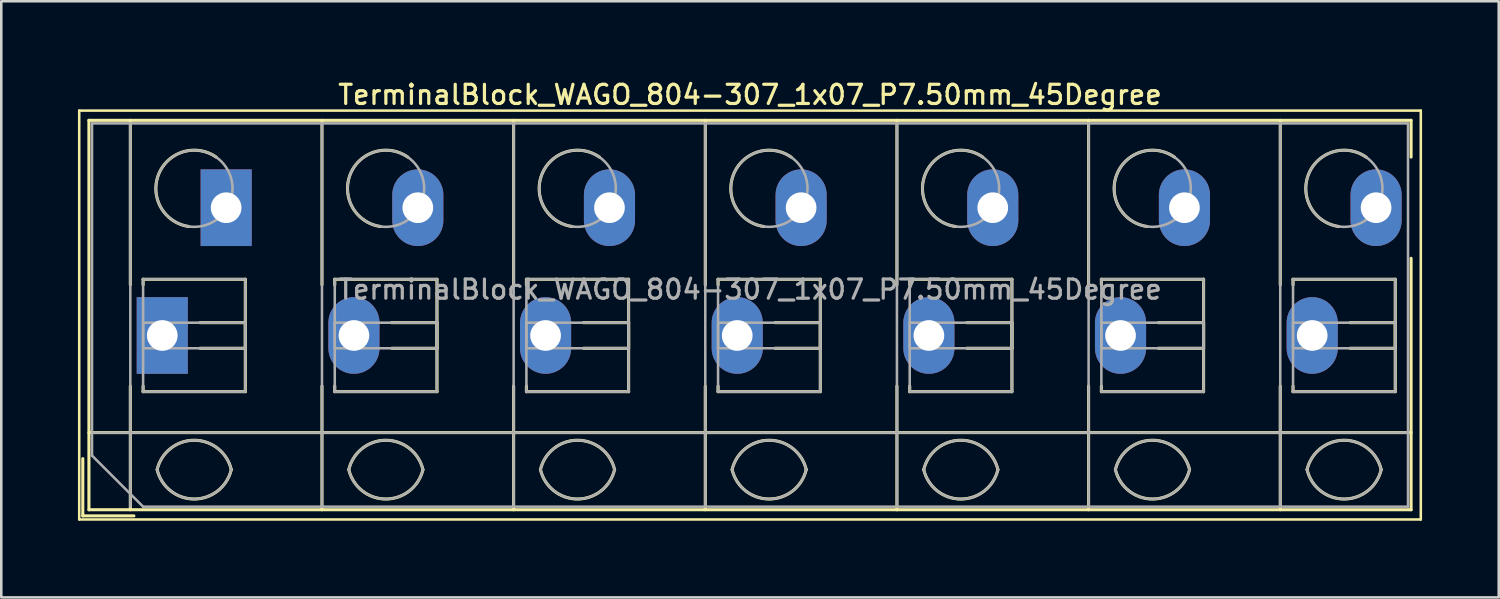
<source format=kicad_pcb>
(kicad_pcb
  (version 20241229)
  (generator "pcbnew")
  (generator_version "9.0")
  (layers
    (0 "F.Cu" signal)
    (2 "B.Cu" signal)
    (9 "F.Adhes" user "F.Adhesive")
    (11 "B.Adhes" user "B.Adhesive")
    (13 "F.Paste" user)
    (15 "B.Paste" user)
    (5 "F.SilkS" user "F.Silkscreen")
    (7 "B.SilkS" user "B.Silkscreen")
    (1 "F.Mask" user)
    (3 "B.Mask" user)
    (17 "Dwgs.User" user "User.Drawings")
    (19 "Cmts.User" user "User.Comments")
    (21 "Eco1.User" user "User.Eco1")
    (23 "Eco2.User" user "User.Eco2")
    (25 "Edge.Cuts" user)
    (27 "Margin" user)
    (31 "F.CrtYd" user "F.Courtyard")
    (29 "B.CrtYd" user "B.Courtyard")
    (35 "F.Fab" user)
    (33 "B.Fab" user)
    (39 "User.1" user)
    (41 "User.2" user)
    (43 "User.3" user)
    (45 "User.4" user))
  (footprint "TerminalBlock_WAGO_804-307_1x07_P7.50mm_45Degree"
    (layer "F.Cu")
    (at 3.3 10.078)
    (property "Reference" "TerminalBlock_WAGO_804-307_1x07_P7.50mm_45Degree" (at 23 -9.42 0) (layer "F.SilkS") (effects (font (size 0.75 0.75) (thickness 0.125))))
    (attr through_hole)
    (fp_line (start -3.25 -8.8) (end -3.25 7.2) (stroke (width 0.1) (type solid)) (layer "F.SilkS"))
    (fp_line (start -3.25 7.2) (end 49.25 7.2) (stroke (width 0.1) (type solid)) (layer "F.SilkS"))
    (fp_line (start -3.11 4.82) (end -3.11 7.06) (stroke (width 0.12) (type solid)) (layer "F.SilkS"))
    (fp_line (start -3.11 7.06) (end -1.11 7.06) (stroke (width 0.12) (type solid)) (layer "F.SilkS"))
    (fp_line (start -2.87 -8.42) (end -2.87 6.82) (stroke (width 0.12) (type solid)) (layer "F.SilkS"))
    (fp_line (start -2.87 -8.42) (end 48.87 -8.42) (stroke (width 0.12) (type solid)) (layer "F.SilkS"))
    (fp_line (start -2.87 3.8) (end 48.87 3.8) (stroke (width 0.12) (type solid)) (layer "F.SilkS"))
    (fp_line (start -2.87 6.82) (end 48.87 6.82) (stroke (width 0.12) (type solid)) (layer "F.SilkS"))
    (fp_line (start -1.25 -8.42) (end -1.25 -1.98) (stroke (width 0.12) (type solid)) (layer "F.SilkS"))
    (fp_line (start -1.25 1.98) (end -1.25 6.82) (stroke (width 0.12) (type solid)) (layer "F.SilkS"))
    (fp_line (start -0.75 -2.2) (end -0.75 -1.98) (stroke (width 0.12) (type solid)) (layer "F.SilkS"))
    (fp_line (start -0.75 -2.2) (end 3.25 -2.2) (stroke (width 0.12) (type solid)) (layer "F.SilkS"))
    (fp_line (start -0.75 1.98) (end -0.75 2.2) (stroke (width 0.12) (type solid)) (layer "F.SilkS"))
    (fp_line (start -0.75 2.2) (end 3.25 2.2) (stroke (width 0.12) (type solid)) (layer "F.SilkS"))
    (fp_line (start 1.48 -0.5) (end 3.25 -0.5) (stroke (width 0.12) (type solid)) (layer "F.SilkS"))
    (fp_line (start 1.48 0.5) (end 3.25 0.5) (stroke (width 0.12) (type solid)) (layer "F.SilkS"))
    (fp_line (start 3.25 -2.2) (end 3.25 2.2) (stroke (width 0.12) (type solid)) (layer "F.SilkS"))
    (fp_line (start 3.25 -0.5) (end 3.25 0.5) (stroke (width 0.12) (type solid)) (layer "F.SilkS"))
    (fp_line (start 6.25 -8.42) (end 6.25 -1.98) (stroke (width 0.12) (type solid)) (layer "F.SilkS"))
    (fp_line (start 6.25 1.98) (end 6.25 6.82) (stroke (width 0.12) (type solid)) (layer "F.SilkS"))
    (fp_line (start 6.75 -2.2) (end 6.75 -1.98) (stroke (width 0.12) (type solid)) (layer "F.SilkS"))
    (fp_line (start 6.75 -2.2) (end 10.75 -2.2) (stroke (width 0.12) (type solid)) (layer "F.SilkS"))
    (fp_line (start 6.75 1.98) (end 6.75 2.2) (stroke (width 0.12) (type solid)) (layer "F.SilkS"))
    (fp_line (start 6.75 2.2) (end 10.75 2.2) (stroke (width 0.12) (type solid)) (layer "F.SilkS"))
    (fp_line (start 8.98 -0.5) (end 10.75 -0.5) (stroke (width 0.12) (type solid)) (layer "F.SilkS"))
    (fp_line (start 8.98 0.5) (end 10.75 0.5) (stroke (width 0.12) (type solid)) (layer "F.SilkS"))
    (fp_line (start 10.75 -2.2) (end 10.75 2.2) (stroke (width 0.12) (type solid)) (layer "F.SilkS"))
    (fp_line (start 10.75 -0.5) (end 10.75 0.5) (stroke (width 0.12) (type solid)) (layer "F.SilkS"))
    (fp_line (start 13.75 -8.42) (end 13.75 -1.98) (stroke (width 0.12) (type solid)) (layer "F.SilkS"))
    (fp_line (start 13.75 1.98) (end 13.75 6.82) (stroke (width 0.12) (type solid)) (layer "F.SilkS"))
    (fp_line (start 14.25 -2.2) (end 14.25 -1.98) (stroke (width 0.12) (type solid)) (layer "F.SilkS"))
    (fp_line (start 14.25 -2.2) (end 18.25 -2.2) (stroke (width 0.12) (type solid)) (layer "F.SilkS"))
    (fp_line (start 14.25 1.98) (end 14.25 2.2) (stroke (width 0.12) (type solid)) (layer "F.SilkS"))
    (fp_line (start 14.25 2.2) (end 18.25 2.2) (stroke (width 0.12) (type solid)) (layer "F.SilkS"))
    (fp_line (start 16.48 -0.5) (end 18.25 -0.5) (stroke (width 0.12) (type solid)) (layer "F.SilkS"))
    (fp_line (start 16.48 0.5) (end 18.25 0.5) (stroke (width 0.12) (type solid)) (layer "F.SilkS"))
    (fp_line (start 18.25 -2.2) (end 18.25 2.2) (stroke (width 0.12) (type solid)) (layer "F.SilkS"))
    (fp_line (start 18.25 -0.5) (end 18.25 0.5) (stroke (width 0.12) (type solid)) (layer "F.SilkS"))
    (fp_line (start 21.25 -8.42) (end 21.25 -1.98) (stroke (width 0.12) (type solid)) (layer "F.SilkS"))
    (fp_line (start 21.25 1.98) (end 21.25 6.82) (stroke (width 0.12) (type solid)) (layer "F.SilkS"))
    (fp_line (start 21.75 -2.2) (end 21.75 -1.98) (stroke (width 0.12) (type solid)) (layer "F.SilkS"))
    (fp_line (start 21.75 -2.2) (end 25.75 -2.2) (stroke (width 0.12) (type solid)) (layer "F.SilkS"))
    (fp_line (start 21.75 1.98) (end 21.75 2.2) (stroke (width 0.12) (type solid)) (layer "F.SilkS"))
    (fp_line (start 21.75 2.2) (end 25.75 2.2) (stroke (width 0.12) (type solid)) (layer "F.SilkS"))
    (fp_line (start 23.98 -0.5) (end 25.75 -0.5) (stroke (width 0.12) (type solid)) (layer "F.SilkS"))
    (fp_line (start 23.98 0.5) (end 25.75 0.5) (stroke (width 0.12) (type solid)) (layer "F.SilkS"))
    (fp_line (start 25.75 -2.2) (end 25.75 2.2) (stroke (width 0.12) (type solid)) (layer "F.SilkS"))
    (fp_line (start 25.75 -0.5) (end 25.75 0.5) (stroke (width 0.12) (type solid)) (layer "F.SilkS"))
    (fp_line (start 28.75 -8.42) (end 28.75 -1.98) (stroke (width 0.12) (type solid)) (layer "F.SilkS"))
    (fp_line (start 28.75 1.98) (end 28.75 6.82) (stroke (width 0.12) (type solid)) (layer "F.SilkS"))
    (fp_line (start 29.25 -2.2) (end 29.25 -1.98) (stroke (width 0.12) (type solid)) (layer "F.SilkS"))
    (fp_line (start 29.25 -2.2) (end 33.25 -2.2) (stroke (width 0.12) (type solid)) (layer "F.SilkS"))
    (fp_line (start 29.25 1.98) (end 29.25 2.2) (stroke (width 0.12) (type solid)) (layer "F.SilkS"))
    (fp_line (start 29.25 2.2) (end 33.25 2.2) (stroke (width 0.12) (type solid)) (layer "F.SilkS"))
    (fp_line (start 31.48 -0.5) (end 33.25 -0.5) (stroke (width 0.12) (type solid)) (layer "F.SilkS"))
    (fp_line (start 31.48 0.5) (end 33.25 0.5) (stroke (width 0.12) (type solid)) (layer "F.SilkS"))
    (fp_line (start 33.25 -2.2) (end 33.25 2.2) (stroke (width 0.12) (type solid)) (layer "F.SilkS"))
    (fp_line (start 33.25 -0.5) (end 33.25 0.5) (stroke (width 0.12) (type solid)) (layer "F.SilkS"))
    (fp_line (start 36.25 -8.42) (end 36.25 -1.98) (stroke (width 0.12) (type solid)) (layer "F.SilkS"))
    (fp_line (start 36.25 1.98) (end 36.25 6.82) (stroke (width 0.12) (type solid)) (layer "F.SilkS"))
    (fp_line (start 36.75 -2.2) (end 36.75 -1.98) (stroke (width 0.12) (type solid)) (layer "F.SilkS"))
    (fp_line (start 36.75 -2.2) (end 40.75 -2.2) (stroke (width 0.12) (type solid)) (layer "F.SilkS"))
    (fp_line (start 36.75 1.98) (end 36.75 2.2) (stroke (width 0.12) (type solid)) (layer "F.SilkS"))
    (fp_line (start 36.75 2.2) (end 40.75 2.2) (stroke (width 0.12) (type solid)) (layer "F.SilkS"))
    (fp_line (start 38.98 -0.5) (end 40.75 -0.5) (stroke (width 0.12) (type solid)) (layer "F.SilkS"))
    (fp_line (start 38.98 0.5) (end 40.75 0.5) (stroke (width 0.12) (type solid)) (layer "F.SilkS"))
    (fp_line (start 40.75 -2.2) (end 40.75 2.2) (stroke (width 0.12) (type solid)) (layer "F.SilkS"))
    (fp_line (start 40.75 -0.5) (end 40.75 0.5) (stroke (width 0.12) (type solid)) (layer "F.SilkS"))
    (fp_line (start 43.75 -8.42) (end 43.75 -1.98) (stroke (width 0.12) (type solid)) (layer "F.SilkS"))
    (fp_line (start 43.75 1.98) (end 43.75 6.82) (stroke (width 0.12) (type solid)) (layer "F.SilkS"))
    (fp_line (start 44.25 -2.2) (end 44.25 -1.98) (stroke (width 0.12) (type solid)) (layer "F.SilkS"))
    (fp_line (start 44.25 -2.2) (end 48.25 -2.2) (stroke (width 0.12) (type solid)) (layer "F.SilkS"))
    (fp_line (start 44.25 1.98) (end 44.25 2.2) (stroke (width 0.12) (type solid)) (layer "F.SilkS"))
    (fp_line (start 44.25 2.2) (end 48.25 2.2) (stroke (width 0.12) (type solid)) (layer "F.SilkS"))
    (fp_line (start 46.48 -0.5) (end 48.25 -0.5) (stroke (width 0.12) (type solid)) (layer "F.SilkS"))
    (fp_line (start 46.48 0.5) (end 48.25 0.5) (stroke (width 0.12) (type solid)) (layer "F.SilkS"))
    (fp_line (start 48.25 -2.2) (end 48.25 2.2) (stroke (width 0.12) (type solid)) (layer "F.SilkS"))
    (fp_line (start 48.25 -0.5) (end 48.25 0.5) (stroke (width 0.12) (type solid)) (layer "F.SilkS"))
    (fp_line (start 48.87 -8.42) (end 48.87 -6.98) (stroke (width 0.12) (type solid)) (layer "F.SilkS"))
    (fp_line (start 48.87 -3.02) (end 48.87 6.82) (stroke (width 0.12) (type solid)) (layer "F.SilkS"))
    (fp_line (start 49.25 -8.8) (end -3.25 -8.8) (stroke (width 0.1) (type solid)) (layer "F.SilkS"))
    (fp_line (start 49.25 7.2) (end 49.25 -8.8) (stroke (width 0.1) (type solid)) (layer "F.SilkS"))
    (fp_arc (start -0.200865 5.250424) (mid 1.250296 4.099926) (end 2.701 5.251) (stroke (width 0.12) (type solid)) (layer "F.SilkS"))
    (fp_arc (start 1.040798 -4.264067) (mid -0.146039 -6.300306) (end 2.111 -6.979) (stroke (width 0.12) (type solid)) (layer "F.SilkS"))
    (fp_arc (start 2.7 5.25) (mid 1.250068 6.400101) (end -0.199969 5.250133) (stroke (width 0.12) (type solid)) (layer "F.SilkS"))
    (fp_arc (start 7.299135 5.250424) (mid 8.750296 4.099926) (end 10.201 5.251) (stroke (width 0.12) (type solid)) (layer "F.SilkS"))
    (fp_arc (start 8.540798 -4.264067) (mid 7.353961 -6.300306) (end 9.611 -6.979) (stroke (width 0.12) (type solid)) (layer "F.SilkS"))
    (fp_arc (start 10.2 5.25) (mid 8.750068 6.400101) (end 7.300031 5.250133) (stroke (width 0.12) (type solid)) (layer "F.SilkS"))
    (fp_arc (start 14.799135 5.250424) (mid 16.250296 4.099926) (end 17.701 5.251) (stroke (width 0.12) (type solid)) (layer "F.SilkS"))
    (fp_arc (start 16.040798 -4.264067) (mid 14.853961 -6.300306) (end 17.111 -6.979) (stroke (width 0.12) (type solid)) (layer "F.SilkS"))
    (fp_arc (start 17.7 5.25) (mid 16.250068 6.400101) (end 14.800031 5.250133) (stroke (width 0.12) (type solid)) (layer "F.SilkS"))
    (fp_arc (start 22.299135 5.250424) (mid 23.750296 4.099926) (end 25.201 5.251) (stroke (width 0.12) (type solid)) (layer "F.SilkS"))
    (fp_arc (start 23.540798 -4.264067) (mid 22.353961 -6.300306) (end 24.611 -6.979) (stroke (width 0.12) (type solid)) (layer "F.SilkS"))
    (fp_arc (start 25.2 5.25) (mid 23.750068 6.400101) (end 22.300031 5.250133) (stroke (width 0.12) (type solid)) (layer "F.SilkS"))
    (fp_arc (start 29.799135 5.250424) (mid 31.250296 4.099926) (end 32.701 5.251) (stroke (width 0.12) (type solid)) (layer "F.SilkS"))
    (fp_arc (start 31.040798 -4.264067) (mid 29.853961 -6.300306) (end 32.111 -6.979) (stroke (width 0.12) (type solid)) (layer "F.SilkS"))
    (fp_arc (start 32.701 5.25) (mid 31.250296 6.401074) (end 29.799135 5.250576) (stroke (width 0.12) (type solid)) (layer "F.SilkS"))
    (fp_arc (start 37.299135 5.250424) (mid 38.750296 4.099926) (end 40.201 5.251) (stroke (width 0.12) (type solid)) (layer "F.SilkS"))
    (fp_arc (start 38.540798 -4.264067) (mid 37.353961 -6.300306) (end 39.611 -6.979) (stroke (width 0.12) (type solid)) (layer "F.SilkS"))
    (fp_arc (start 40.2 5.25) (mid 38.750068 6.400101) (end 37.300031 5.250133) (stroke (width 0.12) (type solid)) (layer "F.SilkS"))
    (fp_arc (start 44.799135 5.250424) (mid 46.250296 4.099926) (end 47.701 5.251) (stroke (width 0.12) (type solid)) (layer "F.SilkS"))
    (fp_arc (start 46.040798 -4.264067) (mid 44.853961 -6.300306) (end 47.111 -6.979) (stroke (width 0.12) (type solid)) (layer "F.SilkS"))
    (fp_arc (start 47.7 5.25) (mid 46.250068 6.400101) (end 44.800031 5.250133) (stroke (width 0.12) (type solid)) (layer "F.SilkS"))
    (fp_line (start -2.75 -8.3) (end 48.75 -8.3) (stroke (width 0.1) (type solid)) (layer "F.Fab"))
    (fp_line (start -2.75 3.8) (end 48.75 3.8) (stroke (width 0.1) (type solid)) (layer "F.Fab"))
    (fp_line (start -2.75 4.7) (end -2.75 -8.3) (stroke (width 0.1) (type solid)) (layer "F.Fab"))
    (fp_line (start -1.25 -8.3) (end -1.25 6.7) (stroke (width 0.1) (type solid)) (layer "F.Fab"))
    (fp_line (start -0.75 -2.2) (end -0.75 2.2) (stroke (width 0.1) (type solid)) (layer "F.Fab"))
    (fp_line (start -0.75 -0.5) (end -0.75 0.5) (stroke (width 0.1) (type solid)) (layer "F.Fab"))
    (fp_line (start -0.75 0.5) (end 3.25 0.5) (stroke (width 0.1) (type solid)) (layer "F.Fab"))
    (fp_line (start -0.75 2.2) (end 3.25 2.2) (stroke (width 0.1) (type solid)) (layer "F.Fab"))
    (fp_line (start -0.75 6.7) (end -2.75 4.7) (stroke (width 0.1) (type solid)) (layer "F.Fab"))
    (fp_line (start 3.25 -2.2) (end -0.75 -2.2) (stroke (width 0.1) (type solid)) (layer "F.Fab"))
    (fp_line (start 3.25 -0.5) (end -0.75 -0.5) (stroke (width 0.1) (type solid)) (layer "F.Fab"))
    (fp_line (start 3.25 0.5) (end 3.25 -0.5) (stroke (width 0.1) (type solid)) (layer "F.Fab"))
    (fp_line (start 3.25 2.2) (end 3.25 -2.2) (stroke (width 0.1) (type solid)) (layer "F.Fab"))
    (fp_line (start 6.25 -8.3) (end 6.25 6.7) (stroke (width 0.1) (type solid)) (layer "F.Fab"))
    (fp_line (start 6.75 -2.2) (end 6.75 2.2) (stroke (width 0.1) (type solid)) (layer "F.Fab"))
    (fp_line (start 6.75 -0.5) (end 6.75 0.5) (stroke (width 0.1) (type solid)) (layer "F.Fab"))
    (fp_line (start 6.75 0.5) (end 10.75 0.5) (stroke (width 0.1) (type solid)) (layer "F.Fab"))
    (fp_line (start 6.75 2.2) (end 10.75 2.2) (stroke (width 0.1) (type solid)) (layer "F.Fab"))
    (fp_line (start 10.75 -2.2) (end 6.75 -2.2) (stroke (width 0.1) (type solid)) (layer "F.Fab"))
    (fp_line (start 10.75 -0.5) (end 6.75 -0.5) (stroke (width 0.1) (type solid)) (layer "F.Fab"))
    (fp_line (start 10.75 0.5) (end 10.75 -0.5) (stroke (width 0.1) (type solid)) (layer "F.Fab"))
    (fp_line (start 10.75 2.2) (end 10.75 -2.2) (stroke (width 0.1) (type solid)) (layer "F.Fab"))
    (fp_line (start 13.75 -8.3) (end 13.75 6.7) (stroke (width 0.1) (type solid)) (layer "F.Fab"))
    (fp_line (start 14.25 -2.2) (end 14.25 2.2) (stroke (width 0.1) (type solid)) (layer "F.Fab"))
    (fp_line (start 14.25 -0.5) (end 14.25 0.5) (stroke (width 0.1) (type solid)) (layer "F.Fab"))
    (fp_line (start 14.25 0.5) (end 18.25 0.5) (stroke (width 0.1) (type solid)) (layer "F.Fab"))
    (fp_line (start 14.25 2.2) (end 18.25 2.2) (stroke (width 0.1) (type solid)) (layer "F.Fab"))
    (fp_line (start 18.25 -2.2) (end 14.25 -2.2) (stroke (width 0.1) (type solid)) (layer "F.Fab"))
    (fp_line (start 18.25 -0.5) (end 14.25 -0.5) (stroke (width 0.1) (type solid)) (layer "F.Fab"))
    (fp_line (start 18.25 0.5) (end 18.25 -0.5) (stroke (width 0.1) (type solid)) (layer "F.Fab"))
    (fp_line (start 18.25 2.2) (end 18.25 -2.2) (stroke (width 0.1) (type solid)) (layer "F.Fab"))
    (fp_line (start 21.25 -8.3) (end 21.25 6.7) (stroke (width 0.1) (type solid)) (layer "F.Fab"))
    (fp_line (start 21.75 -2.2) (end 21.75 2.2) (stroke (width 0.1) (type solid)) (layer "F.Fab"))
    (fp_line (start 21.75 -0.5) (end 21.75 0.5) (stroke (width 0.1) (type solid)) (layer "F.Fab"))
    (fp_line (start 21.75 0.5) (end 25.75 0.5) (stroke (width 0.1) (type solid)) (layer "F.Fab"))
    (fp_line (start 21.75 2.2) (end 25.75 2.2) (stroke (width 0.1) (type solid)) (layer "F.Fab"))
    (fp_line (start 25.75 -2.2) (end 21.75 -2.2) (stroke (width 0.1) (type solid)) (layer "F.Fab"))
    (fp_line (start 25.75 -0.5) (end 21.75 -0.5) (stroke (width 0.1) (type solid)) (layer "F.Fab"))
    (fp_line (start 25.75 0.5) (end 25.75 -0.5) (stroke (width 0.1) (type solid)) (layer "F.Fab"))
    (fp_line (start 25.75 2.2) (end 25.75 -2.2) (stroke (width 0.1) (type solid)) (layer "F.Fab"))
    (fp_line (start 28.75 -8.3) (end 28.75 6.7) (stroke (width 0.1) (type solid)) (layer "F.Fab"))
    (fp_line (start 29.25 -2.2) (end 29.25 2.2) (stroke (width 0.1) (type solid)) (layer "F.Fab"))
    (fp_line (start 29.25 -0.5) (end 29.25 0.5) (stroke (width 0.1) (type solid)) (layer "F.Fab"))
    (fp_line (start 29.25 0.5) (end 33.25 0.5) (stroke (width 0.1) (type solid)) (layer "F.Fab"))
    (fp_line (start 29.25 2.2) (end 33.25 2.2) (stroke (width 0.1) (type solid)) (layer "F.Fab"))
    (fp_line (start 33.25 -2.2) (end 29.25 -2.2) (stroke (width 0.1) (type solid)) (layer "F.Fab"))
    (fp_line (start 33.25 -0.5) (end 29.25 -0.5) (stroke (width 0.1) (type solid)) (layer "F.Fab"))
    (fp_line (start 33.25 0.5) (end 33.25 -0.5) (stroke (width 0.1) (type solid)) (layer "F.Fab"))
    (fp_line (start 33.25 2.2) (end 33.25 -2.2) (stroke (width 0.1) (type solid)) (layer "F.Fab"))
    (fp_line (start 36.25 -8.3) (end 36.25 6.7) (stroke (width 0.1) (type solid)) (layer "F.Fab"))
    (fp_line (start 36.75 -2.2) (end 36.75 2.2) (stroke (width 0.1) (type solid)) (layer "F.Fab"))
    (fp_line (start 36.75 -0.5) (end 36.75 0.5) (stroke (width 0.1) (type solid)) (layer "F.Fab"))
    (fp_line (start 36.75 0.5) (end 40.75 0.5) (stroke (width 0.1) (type solid)) (layer "F.Fab"))
    (fp_line (start 36.75 2.2) (end 40.75 2.2) (stroke (width 0.1) (type solid)) (layer "F.Fab"))
    (fp_line (start 40.75 -2.2) (end 36.75 -2.2) (stroke (width 0.1) (type solid)) (layer "F.Fab"))
    (fp_line (start 40.75 -0.5) (end 36.75 -0.5) (stroke (width 0.1) (type solid)) (layer "F.Fab"))
    (fp_line (start 40.75 0.5) (end 40.75 -0.5) (stroke (width 0.1) (type solid)) (layer "F.Fab"))
    (fp_line (start 40.75 2.2) (end 40.75 -2.2) (stroke (width 0.1) (type solid)) (layer "F.Fab"))
    (fp_line (start 43.75 -8.3) (end 43.75 6.7) (stroke (width 0.1) (type solid)) (layer "F.Fab"))
    (fp_line (start 44.25 -2.2) (end 44.25 2.2) (stroke (width 0.1) (type solid)) (layer "F.Fab"))
    (fp_line (start 44.25 -0.5) (end 44.25 0.5) (stroke (width 0.1) (type solid)) (layer "F.Fab"))
    (fp_line (start 44.25 0.5) (end 48.25 0.5) (stroke (width 0.1) (type solid)) (layer "F.Fab"))
    (fp_line (start 44.25 2.2) (end 48.25 2.2) (stroke (width 0.1) (type solid)) (layer "F.Fab"))
    (fp_line (start 48.25 -2.2) (end 44.25 -2.2) (stroke (width 0.1) (type solid)) (layer "F.Fab"))
    (fp_line (start 48.25 -0.5) (end 44.25 -0.5) (stroke (width 0.1) (type solid)) (layer "F.Fab"))
    (fp_line (start 48.25 0.5) (end 48.25 -0.5) (stroke (width 0.1) (type solid)) (layer "F.Fab"))
    (fp_line (start 48.25 2.2) (end 48.25 -2.2) (stroke (width 0.1) (type solid)) (layer "F.Fab"))
    (fp_line (start 48.75 -8.3) (end 48.75 6.7) (stroke (width 0.1) (type solid)) (layer "F.Fab"))
    (fp_line (start 48.75 6.7) (end -0.75 6.7) (stroke (width 0.1) (type solid)) (layer "F.Fab"))
    (fp_arc (start -0.200865 5.250424) (mid 1.250296 4.099926) (end 2.701 5.251) (stroke (width 0.1) (type solid)) (layer "F.Fab"))
    (fp_arc (start 2.7 5.25) (mid 1.250068 6.400101) (end -0.199969 5.250133) (stroke (width 0.1) (type solid)) (layer "F.Fab"))
    (fp_arc (start 7.299135 5.250424) (mid 8.750296 4.099926) (end 10.201 5.251) (stroke (width 0.1) (type solid)) (layer "F.Fab"))
    (fp_arc (start 10.2 5.25) (mid 8.750068 6.400101) (end 7.300031 5.250133) (stroke (width 0.1) (type solid)) (layer "F.Fab"))
    (fp_arc (start 14.799135 5.250424) (mid 16.250296 4.099926) (end 17.701 5.251) (stroke (width 0.1) (type solid)) (layer "F.Fab"))
    (fp_arc (start 17.7 5.25) (mid 16.250068 6.400101) (end 14.800031 5.250133) (stroke (width 0.1) (type solid)) (layer "F.Fab"))
    (fp_arc (start 22.299135 5.250424) (mid 23.750296 4.099926) (end 25.201 5.251) (stroke (width 0.1) (type solid)) (layer "F.Fab"))
    (fp_arc (start 25.2 5.25) (mid 23.750068 6.400101) (end 22.300031 5.250133) (stroke (width 0.1) (type solid)) (layer "F.Fab"))
    (fp_arc (start 29.799135 5.250424) (mid 31.250296 4.099926) (end 32.701 5.251) (stroke (width 0.1) (type solid)) (layer "F.Fab"))
    (fp_arc (start 32.701 5.25) (mid 31.250296 6.401074) (end 29.799135 5.250576) (stroke (width 0.1) (type solid)) (layer "F.Fab"))
    (fp_arc (start 37.299135 5.250424) (mid 38.750296 4.099926) (end 40.201 5.251) (stroke (width 0.1) (type solid)) (layer "F.Fab"))
    (fp_arc (start 40.2 5.25) (mid 38.750068 6.400101) (end 37.300031 5.250133) (stroke (width 0.1) (type solid)) (layer "F.Fab"))
    (fp_arc (start 44.799135 5.250424) (mid 46.250296 4.099926) (end 47.701 5.251) (stroke (width 0.1) (type solid)) (layer "F.Fab"))
    (fp_arc (start 47.7 5.25) (mid 46.250068 6.400101) (end 44.800031 5.250133) (stroke (width 0.1) (type solid)) (layer "F.Fab"))
    (fp_circle (center 1.25 -5.75) (end 2.75 -5.75) (stroke (width 0.1) (type solid)) (fill no) (layer "F.Fab"))
    (fp_circle (center 8.75 -5.75) (end 10.25 -5.75) (stroke (width 0.1) (type solid)) (fill no) (layer "F.Fab"))
    (fp_circle (center 16.25 -5.75) (end 17.75 -5.75) (stroke (width 0.1) (type solid)) (fill no) (layer "F.Fab"))
    (fp_circle (center 23.75 -5.75) (end 25.25 -5.75) (stroke (width 0.1) (type solid)) (fill no) (layer "F.Fab"))
    (fp_circle (center 31.25 -5.75) (end 32.75 -5.75) (stroke (width 0.1) (type solid)) (fill no) (layer "F.Fab"))
    (fp_circle (center 38.75 -5.75) (end 40.25 -5.75) (stroke (width 0.1) (type solid)) (fill no) (layer "F.Fab"))
    (fp_circle (center 46.25 -5.75) (end 47.75 -5.75) (stroke (width 0.1) (type solid)) (fill no) (layer "F.Fab"))
    (fp_text user "${REFERENCE}" (at 23 -1.8 0) (layer "F.Fab") (effects (font (size 0.75 0.75) (thickness 0.125))))
    (pad "1" thru_hole rect (at 0 0) (size 2 3) (drill 1.2) (layers "*.Cu" "*.Mask"))
    (pad "1" thru_hole rect (at 2.5 -5) (size 2 3) (drill 1.2) (layers "*.Cu" "*.Mask"))
    (pad "2" thru_hole oval (at 7.5 0) (size 2 3) (drill 1.2) (layers "*.Cu" "*.Mask"))
    (pad "2" thru_hole oval (at 10 -5) (size 2 3) (drill 1.2) (layers "*.Cu" "*.Mask"))
    (pad "3" thru_hole oval (at 15 0) (size 2 3) (drill 1.2) (layers "*.Cu" "*.Mask"))
    (pad "3" thru_hole oval (at 17.5 -5) (size 2 3) (drill 1.2) (layers "*.Cu" "*.Mask"))
    (pad "4" thru_hole oval (at 22.5 0) (size 2 3) (drill 1.2) (layers "*.Cu" "*.Mask"))
    (pad "4" thru_hole oval (at 25 -5) (size 2 3) (drill 1.2) (layers "*.Cu" "*.Mask"))
    (pad "5" thru_hole oval (at 30 0) (size 2 3) (drill 1.2) (layers "*.Cu" "*.Mask"))
    (pad "5" thru_hole oval (at 32.5 -5) (size 2 3) (drill 1.2) (layers "*.Cu" "*.Mask"))
    (pad "6" thru_hole oval (at 37.5 0) (size 2 3) (drill 1.2) (layers "*.Cu" "*.Mask"))
    (pad "6" thru_hole oval (at 40 -5) (size 2 3) (drill 1.2) (layers "*.Cu" "*.Mask"))
    (pad "7" thru_hole oval (at 45 0) (size 2 3) (drill 1.2) (layers "*.Cu" "*.Mask"))
    (pad "7" thru_hole oval (at 47.5 -5) (size 2 3) (drill 1.2) (layers "*.Cu" "*.Mask")))
  (gr_rect
    (start -3 -3)
    (end 55.6 20.328)
    (stroke (width 0.1) (type default))
    (fill no)
    (layer "Edge.Cuts")))
</source>
